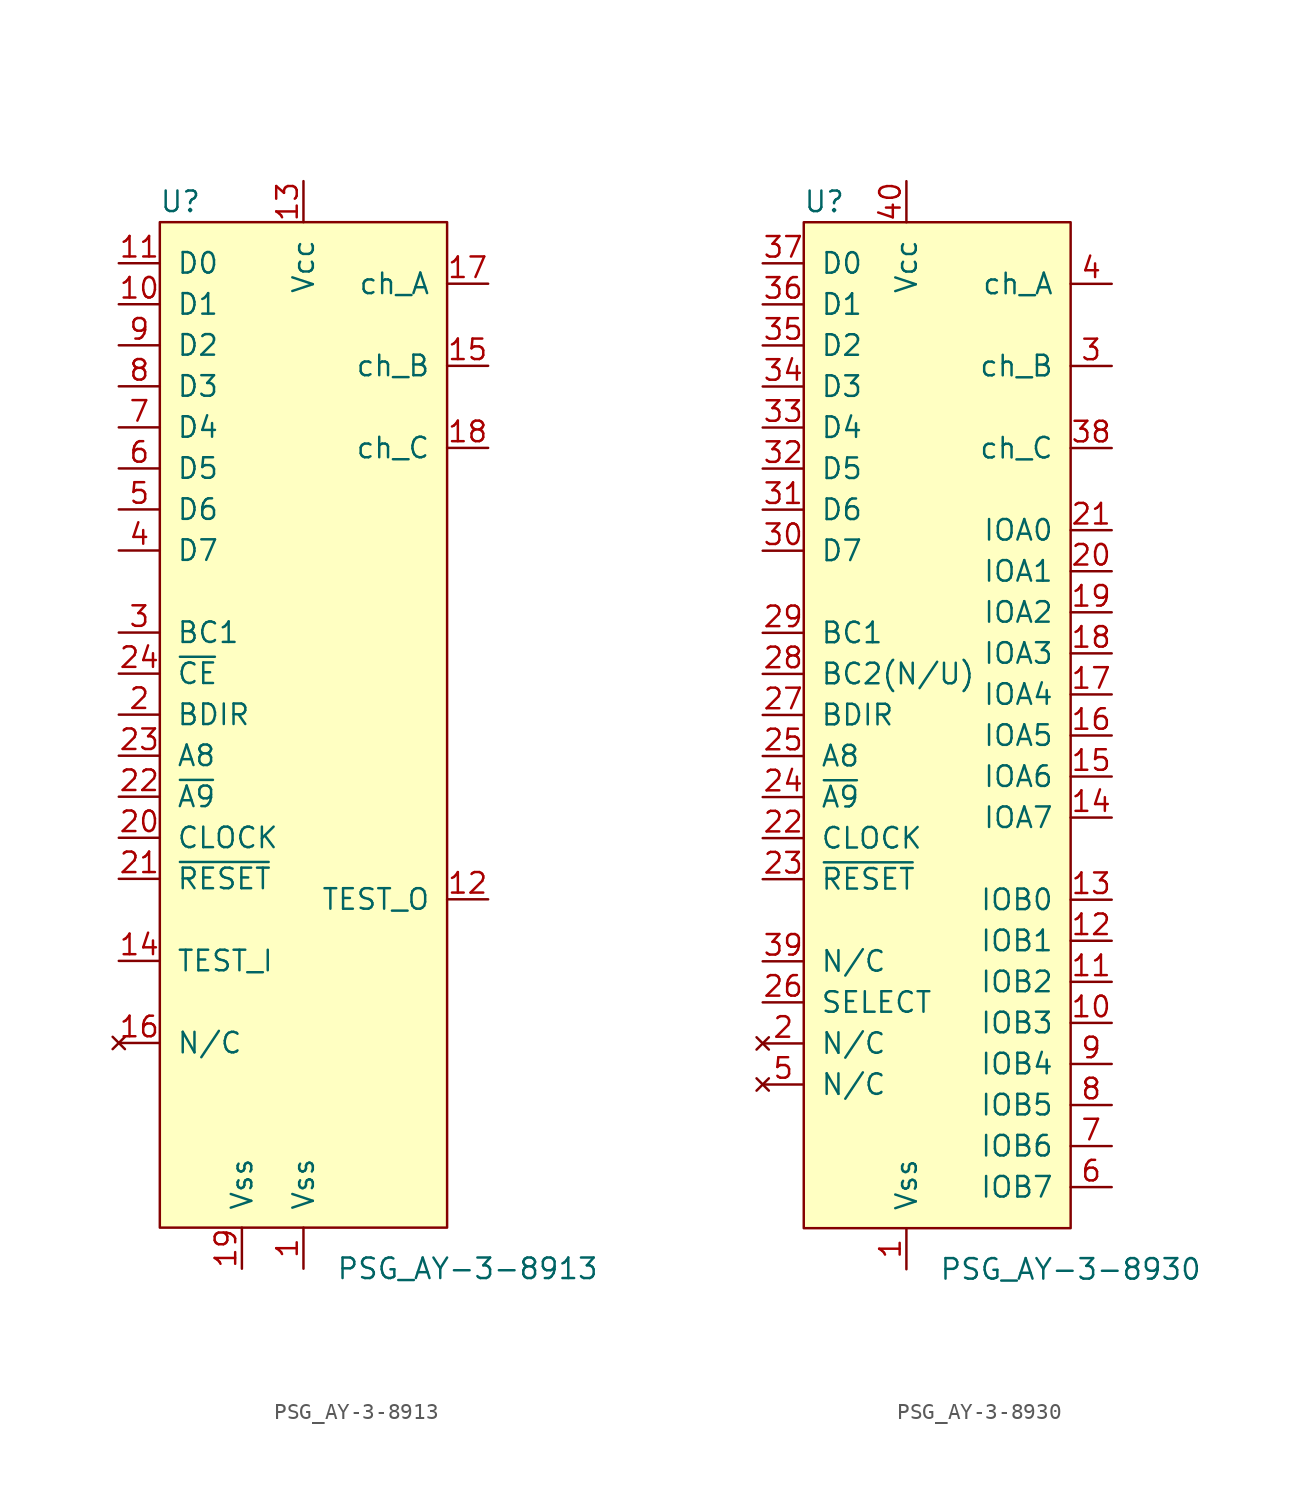
<source format=kicad_sym>
(kicad_symbol_lib
  (version 20241209)
  (generator "kicad_symbol_editor")
  (generator_version "9.0")
  (symbol "PSG_AY-3-8913"
    (pin_names
      (offset 1.016))
    (property "Reference" "U"
      (at -7.62 27.94 0)
      (effects (font (size 1.27 1.27))))
    (property "Value" "PSG_AY-3-8913"
      (at 10.16 -38.1 0)
      (effects (font (size 1.27 1.27))))
    (symbol "PSG_AY-3-8913_0_1"
      (rectangle (start -8.89 26.67) (end 8.89 -35.56) (stroke (width 0) (type default)) (fill (type background))))
    (symbol "PSG_AY-3-8913_1_1"
      (pin bidirectional line (at -11.43 24.13 0) (length 2.54) (name "D0" (effects (font (size 1.27 1.27)))) (number "11" (effects (font (size 1.27 1.27)))))
      (pin bidirectional line (at -11.43 21.59 0) (length 2.54) (name "D1" (effects (font (size 1.27 1.27)))) (number "10" (effects (font (size 1.27 1.27)))))
      (pin bidirectional line (at -11.43 19.05 0) (length 2.54) (name "D2" (effects (font (size 1.27 1.27)))) (number "9" (effects (font (size 1.27 1.27)))))
      (pin bidirectional line (at -11.43 16.51 0) (length 2.54) (name "D3" (effects (font (size 1.27 1.27)))) (number "8" (effects (font (size 1.27 1.27)))))
      (pin bidirectional line (at -11.43 13.97 0) (length 2.54) (name "D4" (effects (font (size 1.27 1.27)))) (number "7" (effects (font (size 1.27 1.27)))))
      (pin bidirectional line (at -11.43 11.43 0) (length 2.54) (name "D5" (effects (font (size 1.27 1.27)))) (number "6" (effects (font (size 1.27 1.27)))))
      (pin bidirectional line (at -11.43 8.89 0) (length 2.54) (name "D6" (effects (font (size 1.27 1.27)))) (number "5" (effects (font (size 1.27 1.27)))))
      (pin bidirectional line (at -11.43 6.35 0) (length 2.54) (name "D7" (effects (font (size 1.27 1.27)))) (number "4" (effects (font (size 1.27 1.27)))))
      (pin input line (at -11.43 1.27 0) (length 2.54) (name "BC1" (effects (font (size 1.27 1.27)))) (number "3" (effects (font (size 1.27 1.27)))))
      (pin input line (at -11.43 -1.27 0) (length 2.54) (name "~{CE}" (effects (font (size 1.27 1.27)))) (number "24" (effects (font (size 1.27 1.27)))))
      (pin input line (at -11.43 -3.81 0) (length 2.54) (name "BDIR" (effects (font (size 1.27 1.27)))) (number "2" (effects (font (size 1.27 1.27)))))
      (pin input line (at -11.43 -6.35 0) (length 2.54) (name "A8" (effects (font (size 1.27 1.27)))) (number "23" (effects (font (size 1.27 1.27)))))
      (pin input line (at -11.43 -8.89 0) (length 2.54) (name "~{A9}" (effects (font (size 1.27 1.27)))) (number "22" (effects (font (size 1.27 1.27)))))
      (pin input line (at -11.43 -11.43 0) (length 2.54) (name "CLOCK" (effects (font (size 1.27 1.27)))) (number "20" (effects (font (size 1.27 1.27)))))
      (pin input line (at -11.43 -13.97 0) (length 2.54) (name "~{RESET}" (effects (font (size 1.27 1.27)))) (number "21" (effects (font (size 1.27 1.27)))))
      (pin input line (at -11.43 -19.05 0) (length 2.54) (name "TEST_I" (effects (font (size 1.27 1.27)))) (number "14" (effects (font (size 1.27 1.27)))))
      (pin no_connect line (at -11.43 -24.13 0) (length 2.54) (name "N/C" (effects (font (size 1.27 1.27)))) (number "16" (effects (font (size 1.27 1.27)))))
      (pin power_in line (at -3.81 -38.1 90) (length 2.54) (name "Vss" (effects (font (size 1.27 1.27)))) (number "19" (effects (font (size 1.27 1.27)))))
      (pin power_in line (at 0 29.21 270) (length 2.54) (name "Vcc" (effects (font (size 1.27 1.27)))) (number "13" (effects (font (size 1.27 1.27)))))
      (pin power_in line (at 0 -38.1 90) (length 2.54) (name "Vss" (effects (font (size 1.27 1.27)))) (number "1" (effects (font (size 1.27 1.27)))))
      (pin output line (at 11.43 22.86 180) (length 2.54) (name "ch_A" (effects (font (size 1.27 1.27)))) (number "17" (effects (font (size 1.27 1.27)))))
      (pin output line (at 11.43 17.78 180) (length 2.54) (name "ch_B" (effects (font (size 1.27 1.27)))) (number "15" (effects (font (size 1.27 1.27)))))
      (pin output line (at 11.43 12.7 180) (length 2.54) (name "ch_C" (effects (font (size 1.27 1.27)))) (number "18" (effects (font (size 1.27 1.27)))))
      (pin output line (at 11.43 -15.24 180) (length 2.54) (name "TEST_O" (effects (font (size 1.27 1.27)))) (number "12" (effects (font (size 1.27 1.27)))))))
  (symbol "PSG_AY-3-8930"
    (pin_names
      (offset 1.016))
    (property "Reference" "U"
      (at -6.35 30.48 0)
      (effects (font (size 1.27 1.27))))
    (property "Value" "PSG_AY-3-8930"
      (at 8.89 -35.56 0)
      (effects (font (size 1.27 1.27))))
    (symbol "PSG_AY-3-8930_0_1"
      (rectangle (start -7.62 29.21) (end 8.89 -33.02) (stroke (width 0) (type default)) (fill (type background))))
    (symbol "PSG_AY-3-8930_1_1"
      (pin bidirectional line (at -10.16 26.67 0) (length 2.54) (name "D0" (effects (font (size 1.27 1.27)))) (number "37" (effects (font (size 1.27 1.27)))))
      (pin bidirectional line (at -10.16 24.13 0) (length 2.54) (name "D1" (effects (font (size 1.27 1.27)))) (number "36" (effects (font (size 1.27 1.27)))))
      (pin bidirectional line (at -10.16 21.59 0) (length 2.54) (name "D2" (effects (font (size 1.27 1.27)))) (number "35" (effects (font (size 1.27 1.27)))))
      (pin bidirectional line (at -10.16 19.05 0) (length 2.54) (name "D3" (effects (font (size 1.27 1.27)))) (number "34" (effects (font (size 1.27 1.27)))))
      (pin bidirectional line (at -10.16 16.51 0) (length 2.54) (name "D4" (effects (font (size 1.27 1.27)))) (number "33" (effects (font (size 1.27 1.27)))))
      (pin bidirectional line (at -10.16 13.97 0) (length 2.54) (name "D5" (effects (font (size 1.27 1.27)))) (number "32" (effects (font (size 1.27 1.27)))))
      (pin bidirectional line (at -10.16 11.43 0) (length 2.54) (name "D6" (effects (font (size 1.27 1.27)))) (number "31" (effects (font (size 1.27 1.27)))))
      (pin bidirectional line (at -10.16 8.89 0) (length 2.54) (name "D7" (effects (font (size 1.27 1.27)))) (number "30" (effects (font (size 1.27 1.27)))))
      (pin input line (at -10.16 3.81 0) (length 2.54) (name "BC1" (effects (font (size 1.27 1.27)))) (number "29" (effects (font (size 1.27 1.27)))))
      (pin input line (at -10.16 1.27 0) (length 2.54) (name "BC2(N/U)" (effects (font (size 1.27 1.27)))) (number "28" (effects (font (size 1.27 1.27)))))
      (pin input line (at -10.16 -1.27 0) (length 2.54) (name "BDIR" (effects (font (size 1.27 1.27)))) (number "27" (effects (font (size 1.27 1.27)))))
      (pin input line (at -10.16 -3.81 0) (length 2.54) (name "A8" (effects (font (size 1.27 1.27)))) (number "25" (effects (font (size 1.27 1.27)))))
      (pin input line (at -10.16 -6.35 0) (length 2.54) (name "~{A9}" (effects (font (size 1.27 1.27)))) (number "24" (effects (font (size 1.27 1.27)))))
      (pin input line (at -10.16 -8.89 0) (length 2.54) (name "CLOCK" (effects (font (size 1.27 1.27)))) (number "22" (effects (font (size 1.27 1.27)))))
      (pin input line (at -10.16 -11.43 0) (length 2.54) (name "~{RESET}" (effects (font (size 1.27 1.27)))) (number "23" (effects (font (size 1.27 1.27)))))
      (pin input line (at -10.16 -16.51 0) (length 2.54) (name "N/C" (effects (font (size 1.27 1.27)))) (number "39" (effects (font (size 1.27 1.27)))))
      (pin input line (at -10.16 -19.05 0) (length 2.54) (name "SELECT" (effects (font (size 1.27 1.27)))) (number "26" (effects (font (size 1.27 1.27)))))
      (pin no_connect line (at -10.16 -21.59 0) (length 2.54) (name "N/C" (effects (font (size 1.27 1.27)))) (number "2" (effects (font (size 1.27 1.27)))))
      (pin no_connect line (at -10.16 -24.13 0) (length 2.54) (name "N/C" (effects (font (size 1.27 1.27)))) (number "5" (effects (font (size 1.27 1.27)))))
      (pin power_in line (at -1.27 31.75 270) (length 2.54) (name "Vcc" (effects (font (size 1.27 1.27)))) (number "40" (effects (font (size 1.27 1.27)))))
      (pin power_in line (at -1.27 -35.56 90) (length 2.54) (name "Vss" (effects (font (size 1.27 1.27)))) (number "1" (effects (font (size 1.27 1.27)))))
      (pin output line (at 11.43 25.4 180) (length 2.54) (name "ch_A" (effects (font (size 1.27 1.27)))) (number "4" (effects (font (size 1.27 1.27)))))
      (pin output line (at 11.43 20.32 180) (length 2.54) (name "ch_B" (effects (font (size 1.27 1.27)))) (number "3" (effects (font (size 1.27 1.27)))))
      (pin output line (at 11.43 15.24 180) (length 2.54) (name "ch_C" (effects (font (size 1.27 1.27)))) (number "38" (effects (font (size 1.27 1.27)))))
      (pin bidirectional line (at 11.43 10.16 180) (length 2.54) (name "IOA0" (effects (font (size 1.27 1.27)))) (number "21" (effects (font (size 1.27 1.27)))))
      (pin bidirectional line (at 11.43 7.62 180) (length 2.54) (name "IOA1" (effects (font (size 1.27 1.27)))) (number "20" (effects (font (size 1.27 1.27)))))
      (pin bidirectional line (at 11.43 5.08 180) (length 2.54) (name "IOA2" (effects (font (size 1.27 1.27)))) (number "19" (effects (font (size 1.27 1.27)))))
      (pin bidirectional line (at 11.43 2.54 180) (length 2.54) (name "IOA3" (effects (font (size 1.27 1.27)))) (number "18" (effects (font (size 1.27 1.27)))))
      (pin bidirectional line (at 11.43 0 180) (length 2.54) (name "IOA4" (effects (font (size 1.27 1.27)))) (number "17" (effects (font (size 1.27 1.27)))))
      (pin bidirectional line (at 11.43 -2.54 180) (length 2.54) (name "IOA5" (effects (font (size 1.27 1.27)))) (number "16" (effects (font (size 1.27 1.27)))))
      (pin bidirectional line (at 11.43 -5.08 180) (length 2.54) (name "IOA6" (effects (font (size 1.27 1.27)))) (number "15" (effects (font (size 1.27 1.27)))))
      (pin bidirectional line (at 11.43 -7.62 180) (length 2.54) (name "IOA7" (effects (font (size 1.27 1.27)))) (number "14" (effects (font (size 1.27 1.27)))))
      (pin bidirectional line (at 11.43 -12.7 180) (length 2.54) (name "IOB0" (effects (font (size 1.27 1.27)))) (number "13" (effects (font (size 1.27 1.27)))))
      (pin bidirectional line (at 11.43 -15.24 180) (length 2.54) (name "IOB1" (effects (font (size 1.27 1.27)))) (number "12" (effects (font (size 1.27 1.27)))))
      (pin bidirectional line (at 11.43 -17.78 180) (length 2.54) (name "IOB2" (effects (font (size 1.27 1.27)))) (number "11" (effects (font (size 1.27 1.27)))))
      (pin bidirectional line (at 11.43 -20.32 180) (length 2.54) (name "IOB3" (effects (font (size 1.27 1.27)))) (number "10" (effects (font (size 1.27 1.27)))))
      (pin bidirectional line (at 11.43 -22.86 180) (length 2.54) (name "IOB4" (effects (font (size 1.27 1.27)))) (number "9" (effects (font (size 1.27 1.27)))))
      (pin bidirectional line (at 11.43 -25.4 180) (length 2.54) (name "IOB5" (effects (font (size 1.27 1.27)))) (number "8" (effects (font (size 1.27 1.27)))))
      (pin bidirectional line (at 11.43 -27.94 180) (length 2.54) (name "IOB6" (effects (font (size 1.27 1.27)))) (number "7" (effects (font (size 1.27 1.27)))))
      (pin bidirectional line (at 11.43 -30.48 180) (length 2.54) (name "IOB7" (effects (font (size 1.27 1.27)))) (number "6" (effects (font (size 1.27 1.27))))))))
</source>
